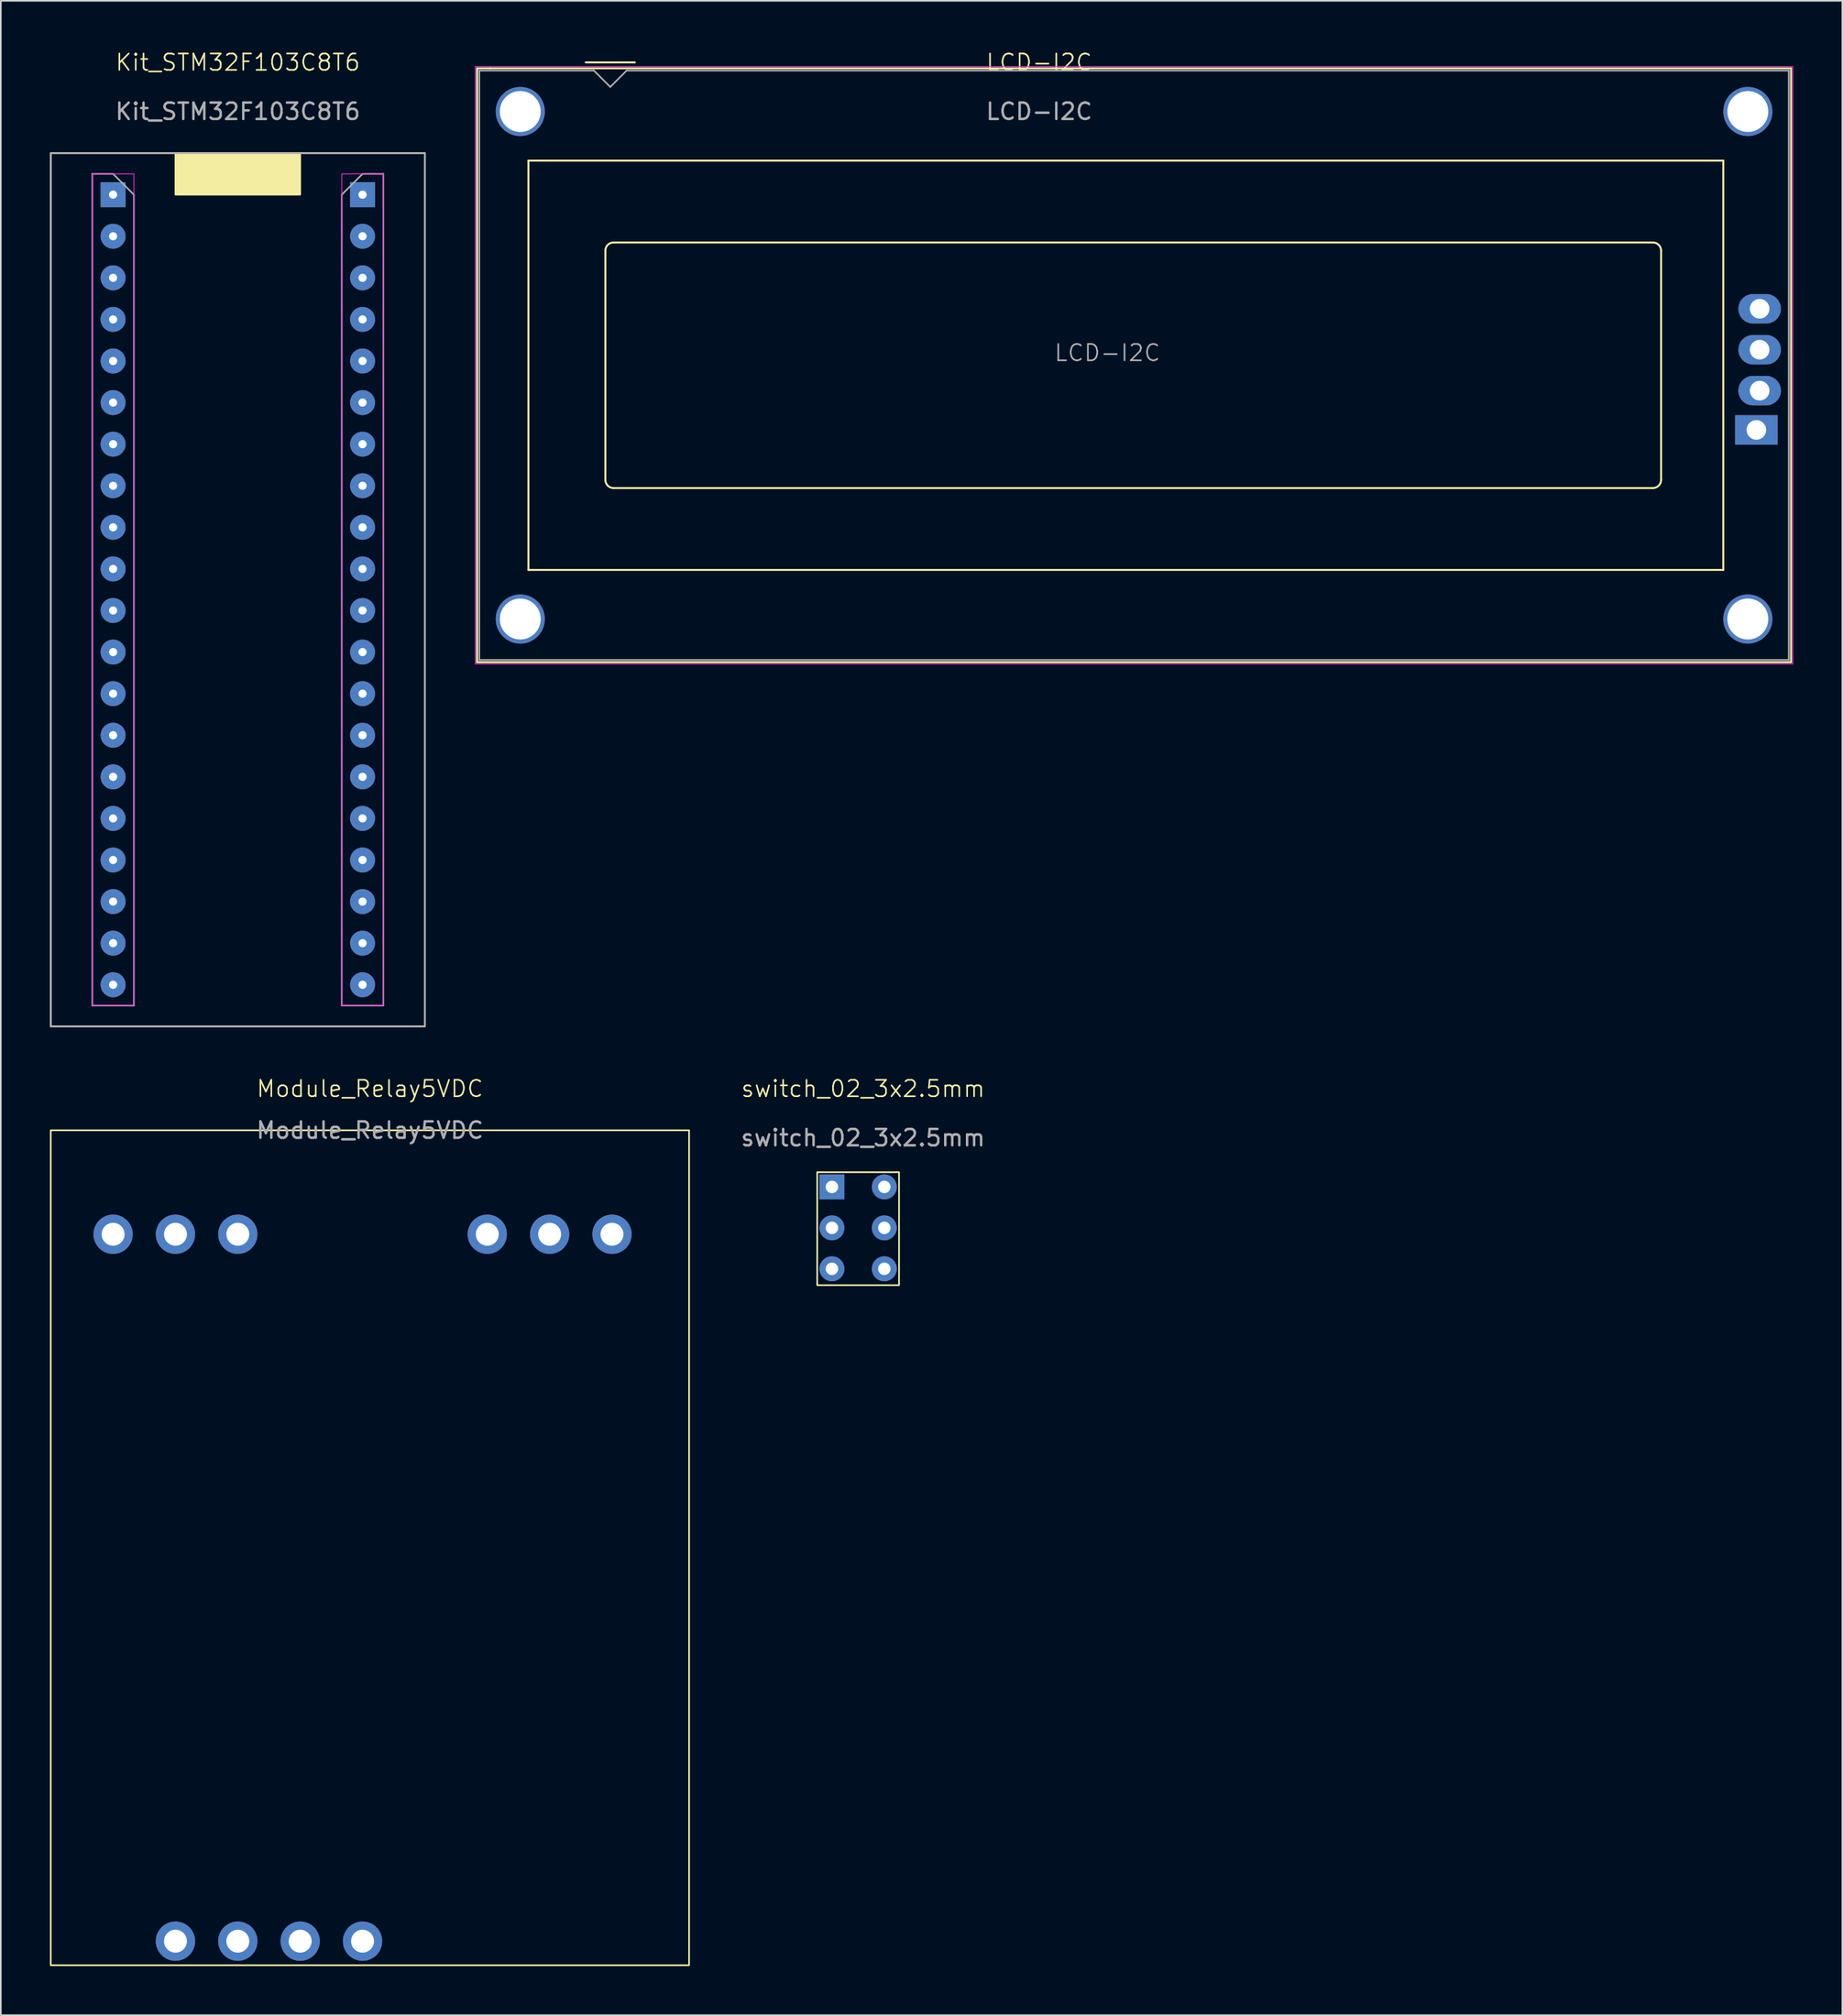
<source format=kicad_pcb>
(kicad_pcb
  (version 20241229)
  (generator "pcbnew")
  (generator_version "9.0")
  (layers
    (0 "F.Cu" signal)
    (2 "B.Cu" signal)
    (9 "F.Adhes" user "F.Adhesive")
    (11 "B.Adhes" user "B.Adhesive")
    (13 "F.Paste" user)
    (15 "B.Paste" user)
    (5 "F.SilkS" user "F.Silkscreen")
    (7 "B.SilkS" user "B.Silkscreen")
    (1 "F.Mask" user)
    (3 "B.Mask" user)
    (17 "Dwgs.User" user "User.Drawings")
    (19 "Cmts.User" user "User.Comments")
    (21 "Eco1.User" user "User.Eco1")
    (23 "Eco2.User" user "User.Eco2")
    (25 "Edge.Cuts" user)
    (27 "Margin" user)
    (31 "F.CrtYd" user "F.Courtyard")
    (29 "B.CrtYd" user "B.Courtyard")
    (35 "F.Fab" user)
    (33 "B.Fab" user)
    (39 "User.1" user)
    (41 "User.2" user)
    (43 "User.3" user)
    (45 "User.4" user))
  (footprint "Kit_STM32F103C8T6"
    (layer "F.Cu")
    (at 11.48 8.841)
    (property "Reference" "Kit_STM32F103C8T6" (at 0 -8.08 0) (unlocked yes) (layer "F.SilkS") (effects (font (size 1 1) (thickness 0.1))))
    (attr through_hole)
    (fp_rect (start -11.43 -2.54) (end 11.43 50.8) (stroke (width 0.1) (type default)) (fill no) (layer "F.SilkS"))
    (fp_rect (start -3.81 -2.54) (end 3.81 0) (stroke (width 0.1) (type solid)) (fill yes) (layer "F.SilkS"))
    (fp_rect (start -8.89 -1.27) (end -6.35 49.53) (stroke (width 0.05) (type default)) (fill no) (layer "F.CrtYd"))
    (fp_rect (start 6.35 -1.27) (end 8.89 49.53) (stroke (width 0.05) (type default)) (fill no) (layer "F.CrtYd"))
    (fp_line (start -8.89 -1.27) (end -8.89 49.53) (stroke (width 0.1) (type default)) (layer "F.Fab"))
    (fp_line (start -8.89 49.53) (end -6.35 49.53) (stroke (width 0.1) (type default)) (layer "F.Fab"))
    (fp_line (start -7.62 -1.27) (end -8.89 -1.27) (stroke (width 0.1) (type default)) (layer "F.Fab"))
    (fp_line (start -6.35 0) (end -7.62 -1.27) (stroke (width 0.1) (type default)) (layer "F.Fab"))
    (fp_line (start -6.35 49.53) (end -6.35 0) (stroke (width 0.1) (type default)) (layer "F.Fab"))
    (fp_line (start 6.35 0) (end 7.62 -1.27) (stroke (width 0.1) (type default)) (layer "F.Fab"))
    (fp_line (start 6.35 49.53) (end 6.35 0) (stroke (width 0.1) (type default)) (layer "F.Fab"))
    (fp_line (start 7.62 -1.27) (end 8.89 -1.27) (stroke (width 0.1) (type default)) (layer "F.Fab"))
    (fp_line (start 8.89 -1.27) (end 8.89 49.53) (stroke (width 0.1) (type default)) (layer "F.Fab"))
    (fp_line (start 8.89 49.53) (end 6.35 49.53) (stroke (width 0.1) (type default)) (layer "F.Fab"))
    (fp_rect (start -11.43 -2.54) (end 11.43 50.8) (stroke (width 0.1) (type default)) (fill no) (layer "F.Fab"))
    (fp_text user "${REFERENCE}" (at 0 -5.08 0) (unlocked yes) (layer "F.Fab") (effects (font (size 1 1) (thickness 0.15))))
    (pad "1" thru_hole rect (at -7.62 0) (size 1.524 1.524) (drill 0.5) (layers "*.Cu" "*.Mask"))
    (pad "2" thru_hole oval (at -7.62 2.54) (size 1.524 1.524) (drill 0.5) (layers "*.Cu" "*.Mask"))
    (pad "3" thru_hole circle (at -7.62 5.08) (size 1.524 1.524) (drill 0.5) (layers "*.Cu" "*.Mask"))
    (pad "4" thru_hole circle (at -7.62 7.62) (size 1.524 1.524) (drill 0.5) (layers "*.Cu" "*.Mask"))
    (pad "5" thru_hole circle (at -7.62 10.16) (size 1.524 1.524) (drill 0.5) (layers "*.Cu" "*.Mask"))
    (pad "6" thru_hole circle (at -7.62 12.7) (size 1.524 1.524) (drill 0.5) (layers "*.Cu" "*.Mask"))
    (pad "7" thru_hole circle (at -7.62 15.24) (size 1.524 1.524) (drill 0.5) (layers "*.Cu" "*.Mask"))
    (pad "8" thru_hole circle (at -7.62 17.78) (size 1.524 1.524) (drill 0.5) (layers "*.Cu" "*.Mask"))
    (pad "9" thru_hole circle (at -7.62 20.32) (size 1.524 1.524) (drill 0.5) (layers "*.Cu" "*.Mask"))
    (pad "10" thru_hole circle (at -7.62 22.86) (size 1.524 1.524) (drill 0.5) (layers "*.Cu" "*.Mask"))
    (pad "11" thru_hole circle (at -7.62 25.4) (size 1.524 1.524) (drill 0.5) (layers "*.Cu" "*.Mask"))
    (pad "12" thru_hole circle (at -7.62 27.94) (size 1.524 1.524) (drill 0.5) (layers "*.Cu" "*.Mask"))
    (pad "13" thru_hole circle (at -7.62 30.48) (size 1.524 1.524) (drill 0.5) (layers "*.Cu" "*.Mask"))
    (pad "14" thru_hole circle (at -7.62 33.02) (size 1.524 1.524) (drill 0.5) (layers "*.Cu" "*.Mask"))
    (pad "15" thru_hole circle (at -7.62 35.56) (size 1.524 1.524) (drill 0.5) (layers "*.Cu" "*.Mask"))
    (pad "16" thru_hole circle (at -7.62 38.1) (size 1.524 1.524) (drill 0.5) (layers "*.Cu" "*.Mask"))
    (pad "17" thru_hole circle (at -7.62 40.64) (size 1.524 1.524) (drill 0.5) (layers "*.Cu" "*.Mask"))
    (pad "18" thru_hole circle (at -7.62 43.18) (size 1.524 1.524) (drill 0.5) (layers "*.Cu" "*.Mask"))
    (pad "19" thru_hole circle (at -7.62 45.72) (size 1.524 1.524) (drill 0.5) (layers "*.Cu" "*.Mask"))
    (pad "20" thru_hole circle (at -7.62 48.26) (size 1.524 1.524) (drill 0.5) (layers "*.Cu" "*.Mask"))
    (pad "21" thru_hole circle (at 7.62 48.26) (size 1.524 1.524) (drill 0.5) (layers "*.Cu" "*.Mask"))
    (pad "22" thru_hole circle (at 7.62 45.72) (size 1.524 1.524) (drill 0.5) (layers "*.Cu" "*.Mask"))
    (pad "23" thru_hole circle (at 7.62 43.18) (size 1.524 1.524) (drill 0.5) (layers "*.Cu" "*.Mask"))
    (pad "24" thru_hole circle (at 7.62 40.64) (size 1.524 1.524) (drill 0.5) (layers "*.Cu" "*.Mask"))
    (pad "25" thru_hole circle (at 7.62 38.1) (size 1.524 1.524) (drill 0.5) (layers "*.Cu" "*.Mask"))
    (pad "26" thru_hole circle (at 7.62 35.56) (size 1.524 1.524) (drill 0.5) (layers "*.Cu" "*.Mask"))
    (pad "27" thru_hole circle (at 7.62 33.02) (size 1.524 1.524) (drill 0.5) (layers "*.Cu" "*.Mask"))
    (pad "28" thru_hole circle (at 7.62 30.48) (size 1.524 1.524) (drill 0.5) (layers "*.Cu" "*.Mask"))
    (pad "29" thru_hole circle (at 7.62 27.94) (size 1.524 1.524) (drill 0.5) (layers "*.Cu" "*.Mask"))
    (pad "30" thru_hole circle (at 7.62 25.4) (size 1.524 1.524) (drill 0.5) (layers "*.Cu" "*.Mask"))
    (pad "31" thru_hole circle (at 7.62 22.86) (size 1.524 1.524) (drill 0.5) (layers "*.Cu" "*.Mask"))
    (pad "32" thru_hole circle (at 7.62 20.32) (size 1.524 1.524) (drill 0.5) (layers "*.Cu" "*.Mask"))
    (pad "33" thru_hole circle (at 7.62 17.78) (size 1.524 1.524) (drill 0.5) (layers "*.Cu" "*.Mask"))
    (pad "34" thru_hole circle (at 7.62 15.24) (size 1.524 1.524) (drill 0.5) (layers "*.Cu" "*.Mask"))
    (pad "35" thru_hole circle (at 7.62 12.7) (size 1.524 1.524) (drill 0.5) (layers "*.Cu" "*.Mask"))
    (pad "36" thru_hole circle (at 7.62 10.16) (size 1.524 1.524) (drill 0.5) (layers "*.Cu" "*.Mask"))
    (pad "37" thru_hole circle (at 7.62 7.62) (size 1.524 1.524) (drill 0.5) (layers "*.Cu" "*.Mask"))
    (pad "38" thru_hole circle (at 7.62 5.08) (size 1.524 1.524) (drill 0.5) (layers "*.Cu" "*.Mask"))
    (pad "39" thru_hole circle (at 7.62 2.54) (size 1.524 1.524) (drill 0.5) (layers "*.Cu" "*.Mask"))
    (pad "40" thru_hole rect (at 7.62 0) (size 1.524 1.524) (drill 0.5) (layers "*.Cu" "*.Mask")))
  (footprint "LCD-I2C"
    (layer "F.Cu")
    (at 26.235 1.261)
    (property "Reference" "LCD-I2C" (at 34.201 -0.501 0) (unlocked yes) (layer "F.SilkS") (effects (font (size 1 1) (thickness 0.1))))
    (attr through_hole)
    (fp_line (start -0.14 -0.14) (end -0.14 36.14) (stroke (width 0.12) (type solid)) (layer "F.SilkS"))
    (fp_line (start -0.14 36.14) (end 80.14 36.14) (stroke (width 0.12) (type solid)) (layer "F.SilkS"))
    (fp_line (start -0.13 -0.14) (end 0.66 -0.14) (stroke (width 0.12) (type solid)) (layer "F.SilkS"))
    (fp_line (start 3 5.5) (end 76 5.5) (stroke (width 0.12) (type solid)) (layer "F.SilkS"))
    (fp_line (start 3 30.5) (end 3 5.5) (stroke (width 0.12) (type solid)) (layer "F.SilkS"))
    (fp_line (start 6.5 -0.5) (end 9.5 -0.5) (stroke (width 0.12) (type solid)) (layer "F.SilkS"))
    (fp_line (start 7.7 24.999) (end 7.7 11) (stroke (width 0.12) (type solid)) (layer "F.SilkS"))
    (fp_line (start 8.2 10.5) (end 71.7 10.5) (stroke (width 0.12) (type solid)) (layer "F.SilkS"))
    (fp_line (start 71.701 25.5) (end 8.2 25.5) (stroke (width 0.12) (type solid)) (layer "F.SilkS"))
    (fp_line (start 72.2 11) (end 72.2 25) (stroke (width 0.12) (type solid)) (layer "F.SilkS"))
    (fp_line (start 76 5.5) (end 76 30.5) (stroke (width 0.12) (type solid)) (layer "F.SilkS"))
    (fp_line (start 76 30.5) (end 3 30.5) (stroke (width 0.12) (type solid)) (layer "F.SilkS"))
    (fp_line (start 80.14 -0.14) (end 0.66 -0.14) (stroke (width 0.12) (type solid)) (layer "F.SilkS"))
    (fp_line (start 80.14 36.14) (end 80.14 -0.14) (stroke (width 0.12) (type solid)) (layer "F.SilkS"))
    (fp_arc (start 7.70028 10.99884) (mid 7.846838 10.645018) (end 8.20066 10.49846) (stroke (width 0.12) (type solid)) (layer "F.SilkS"))
    (fp_arc (start 8.20066 25.4997) (mid 7.846838 25.353142) (end 7.70028 24.99932) (stroke (width 0.12) (type solid)) (layer "F.SilkS"))
    (fp_arc (start 71.7 10.5) (mid 72.053553 10.646447) (end 72.2 11) (stroke (width 0.12) (type solid)) (layer "F.SilkS"))
    (fp_arc (start 72.20104 24.99932) (mid 72.054464 25.353124) (end 71.70066 25.4997) (stroke (width 0.12) (type solid)) (layer "F.SilkS"))
    (fp_line (start -0.25 -0.25) (end -0.25 36.25) (stroke (width 0.05) (type solid)) (layer "F.CrtYd"))
    (fp_line (start -0.25 -0.25) (end 80.25 -0.25) (stroke (width 0.05) (type solid)) (layer "F.CrtYd"))
    (fp_line (start -0.25 36.25) (end 80.25 36.25) (stroke (width 0.05) (type solid)) (layer "F.CrtYd"))
    (fp_line (start 80.25 -0.25) (end 80.25 36.25) (stroke (width 0.05) (type solid)) (layer "F.CrtYd"))
    (fp_line (start 0 36) (end 0 0) (stroke (width 0.1) (type solid)) (layer "F.Fab"))
    (fp_line (start 7 0) (end 0 0) (stroke (width 0.1) (type solid)) (layer "F.Fab"))
    (fp_line (start 8 1) (end 7 0) (stroke (width 0.1) (type solid)) (layer "F.Fab"))
    (fp_line (start 9 0) (end 8 1) (stroke (width 0.1) (type solid)) (layer "F.Fab"))
    (fp_line (start 9 0) (end 80 0) (stroke (width 0.1) (type solid)) (layer "F.Fab"))
    (fp_line (start 80 0) (end 80 36) (stroke (width 0.1) (type solid)) (layer "F.Fab"))
    (fp_line (start 80 36) (end 0 36) (stroke (width 0.1) (type solid)) (layer "F.Fab"))
    (fp_text user "${REFERENCE}" (at 34.201 2.499 0) (unlocked yes) (layer "F.Fab") (effects (font (size 1 1) (thickness 0.15))))
    (fp_text user "${REFERENCE}" (at 38.37 17.24 0) (layer "F.Fab") (effects (font (size 1 1) (thickness 0.1))))
    (pad "" thru_hole circle (at 2.501 2.5) (size 3 3) (drill 2.5) (layers "*.Cu" "*.Mask"))
    (pad "" thru_hole circle (at 2.501 33.501) (size 3 3) (drill 2.5) (layers "*.Cu" "*.Mask"))
    (pad "" thru_hole circle (at 77.499 33.501) (size 3 3) (drill 2.5) (layers "*.Cu" "*.Mask"))
    (pad "" thru_hole circle (at 77.5 2.5) (size 3 3) (drill 2.5) (layers "*.Cu" "*.Mask"))
    (pad "1" thru_hole rect (at 78.02 21.95 90) (size 1.8 2.6) (drill 1.2) (layers "*.Cu" "*.Mask"))
    (pad "2" thru_hole oval (at 78.22 14.55 90) (size 1.8 2.6) (drill 1.2) (layers "*.Cu" "*.Mask"))
    (pad "3" thru_hole oval (at 78.22 19.55 90) (size 1.8 2.6) (drill 1.2) (layers "*.Cu" "*.Mask"))
    (pad "4" thru_hole oval (at 78.22 17.05 90) (size 1.8 2.6) (drill 1.2) (layers "*.Cu" "*.Mask")))
  (footprint "switch_02_3x2.5mm"
    (layer "F.Cu")
    (at 46.877 68.551)
    (property "Reference" "switch_02_3x2.5mm" (at 2.8 -5.1 0) (unlocked yes) (layer "F.SilkS") (effects (font (size 1 1) (thickness 0.1))))
    (attr through_hole)
    (fp_rect (start 0 0) (end 5 6.9) (stroke (width 0.1) (type default)) (fill no) (layer "F.Mask"))
    (fp_rect (start 0 0) (end 5 6.9) (stroke (width 0.1) (type default)) (fill no) (layer "F.SilkS"))
    (fp_text user "${REFERENCE}" (at 2.8 -2.1 0) (unlocked yes) (layer "F.Fab") (effects (font (size 1 1) (thickness 0.15))))
    (pad "1" thru_hole rect (at 0.9 0.9) (size 1.524 1.524) (drill 0.762) (layers "*.Cu" "*.Mask"))
    (pad "2" thru_hole circle (at 0.9 3.4) (size 1.524 1.524) (drill 0.762) (layers "*.Cu" "*.Mask"))
    (pad "3" thru_hole circle (at 4.1 0.9) (size 1.524 1.524) (drill 0.762) (layers "*.Cu" "*.Mask"))
    (pad "4" thru_hole circle (at 4.1 3.4) (size 1.524 1.524) (drill 0.762) (layers "*.Cu" "*.Mask"))
    (pad "5" thru_hole circle (at 0.9 5.9) (size 1.524 1.524) (drill 0.762) (layers "*.Cu" "*.Mask"))
    (pad "6" thru_hole circle (at 4.1 5.9) (size 1.524 1.524) (drill 0.762) (layers "*.Cu" "*.Mask")))
  (footprint "Module_Relay5VDC"
    (layer "F.Cu")
    (at 19.55 65.991)
    (property "Reference" "Module_Relay5VDC" (at 0 -2.54 0) (unlocked yes) (layer "F.SilkS") (effects (font (size 1 1) (thickness 0.1))))
    (attr through_hole)
    (fp_rect (start -19.5 0) (end 19.5 51) (stroke (width 0.1) (type default)) (fill no) (layer "F.SilkS"))
    (fp_text user "${REFERENCE}" (at 0 0 0) (unlocked yes) (layer "F.Fab") (effects (font (size 1 1) (thickness 0.15))))
    (pad "1" thru_hole circle (at -11.88 49.53 90) (size 2.4 2.4) (drill 1.4) (layers "*.Cu" "*.Mask"))
    (pad "2" thru_hole circle (at -8.07 49.53 90) (size 2.4 2.4) (drill 1.4) (layers "*.Cu" "*.Mask"))
    (pad "3" thru_hole circle (at -4.26 49.53 90) (size 2.4 2.4) (drill 1.4) (layers "*.Cu" "*.Mask"))
    (pad "4" thru_hole circle (at -0.45 49.53 90) (size 2.4 2.4) (drill 1.4) (layers "*.Cu" "*.Mask"))
    (pad "5" thru_hole circle (at -15.69 6.35 90) (size 2.4 2.4) (drill 1.4) (layers "*.Cu" "*.Mask"))
    (pad "6" thru_hole circle (at -11.88 6.35 90) (size 2.4 2.4) (drill 1.4) (layers "*.Cu" "*.Mask"))
    (pad "7" thru_hole circle (at -8.07 6.35 90) (size 2.4 2.4) (drill 1.4) (layers "*.Cu" "*.Mask"))
    (pad "8" thru_hole circle (at 7.17 6.35 90) (size 2.4 2.4) (drill 1.4) (layers "*.Cu" "*.Mask"))
    (pad "9" thru_hole circle (at 10.98 6.35 90) (size 2.4 2.4) (drill 1.4) (layers "*.Cu" "*.Mask"))
    (pad "10" thru_hole circle (at 14.79 6.35 90) (size 2.4 2.4) (drill 1.4) (layers "*.Cu" "*.Mask")))
  (gr_rect
    (start -3 -3)
    (end 109.51 120.041)
    (stroke (width 0.1) (type default))
    (fill no)
    (layer "Edge.Cuts")))
</source>
